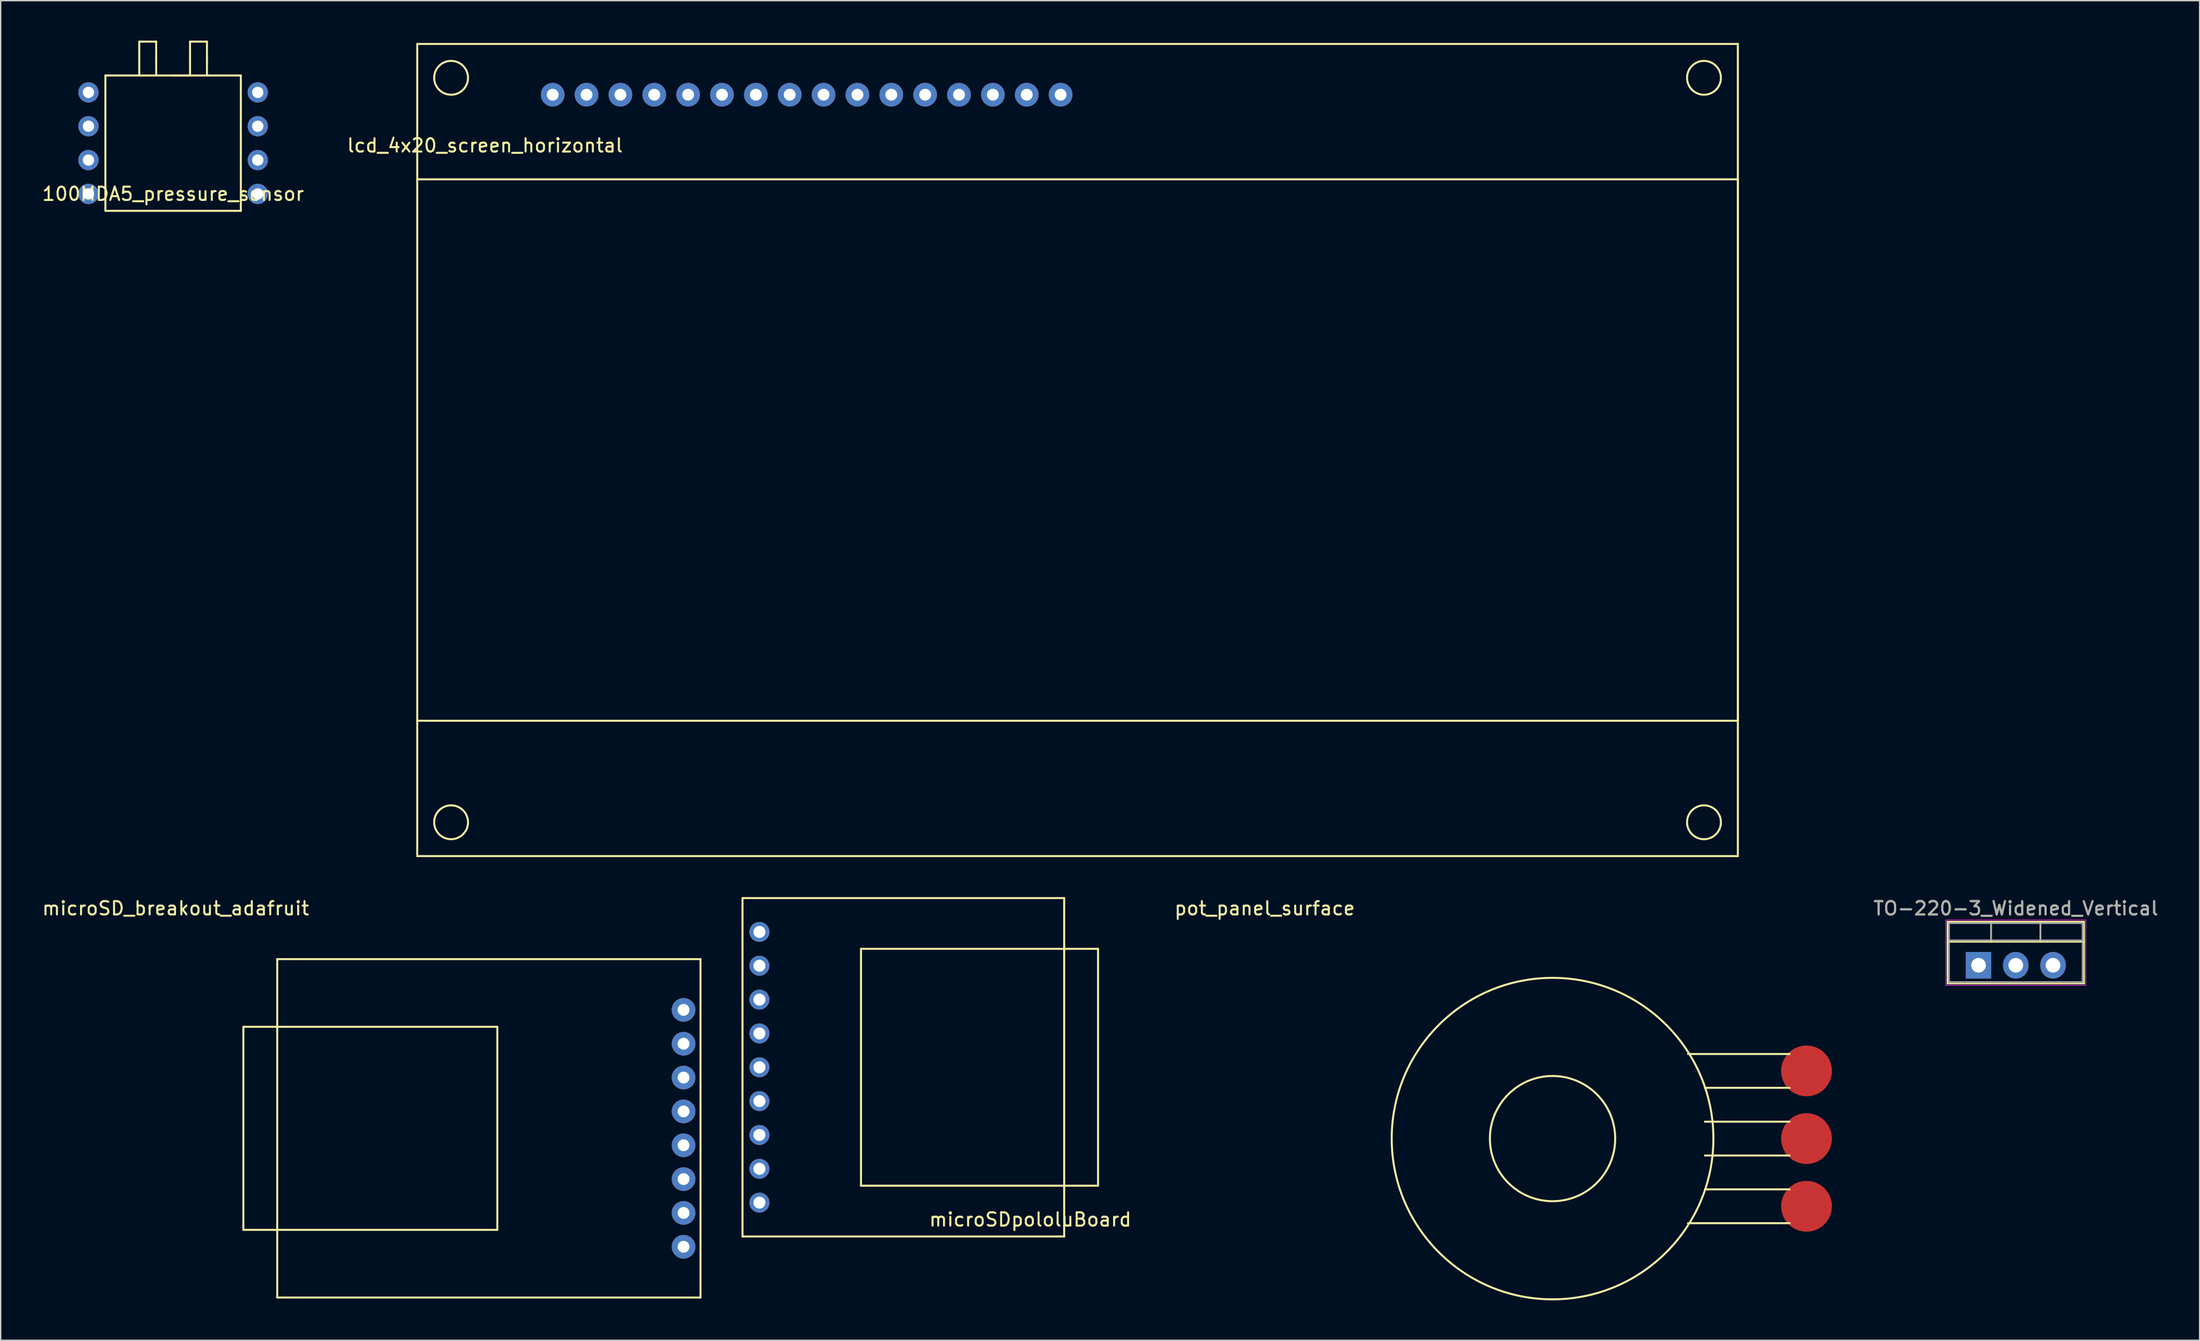
<source format=kicad_pcb>
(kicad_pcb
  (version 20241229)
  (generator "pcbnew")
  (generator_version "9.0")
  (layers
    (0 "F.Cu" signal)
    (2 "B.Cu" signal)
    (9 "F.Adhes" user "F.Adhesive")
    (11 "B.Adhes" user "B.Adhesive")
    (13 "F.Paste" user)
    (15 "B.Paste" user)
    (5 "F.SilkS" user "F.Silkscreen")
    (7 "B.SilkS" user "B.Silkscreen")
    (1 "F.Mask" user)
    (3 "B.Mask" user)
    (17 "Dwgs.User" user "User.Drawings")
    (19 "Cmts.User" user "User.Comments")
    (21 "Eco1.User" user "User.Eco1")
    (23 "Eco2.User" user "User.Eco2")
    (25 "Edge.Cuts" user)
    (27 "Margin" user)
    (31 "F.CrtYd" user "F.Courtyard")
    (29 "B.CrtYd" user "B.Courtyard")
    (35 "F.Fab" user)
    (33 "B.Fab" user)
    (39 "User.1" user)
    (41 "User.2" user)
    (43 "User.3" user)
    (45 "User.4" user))
  (footprint "microSD_breakout_adafruit"
    (layer "F.Cu")
    (at 17.745 68.943)
    (property "Reference" "microSD_breakout_adafruit" (at -7.62 -3.81 0) (layer "F.SilkS") (effects (font (size 1 1) (thickness 0.15))))
    (attr through_hole)
    (fp_line (start -2.54 5.08) (end 16.51 5.08) (stroke (width 0.15) (type solid)) (layer "F.SilkS"))
    (fp_line (start -2.54 20.32) (end -2.54 5.08) (stroke (width 0.15) (type solid)) (layer "F.SilkS"))
    (fp_line (start 0 0) (end 31.75 0) (stroke (width 0.15) (type solid)) (layer "F.SilkS"))
    (fp_line (start 0 25.4) (end 0 0) (stroke (width 0.15) (type solid)) (layer "F.SilkS"))
    (fp_line (start 16.51 5.08) (end 16.51 20.32) (stroke (width 0.15) (type solid)) (layer "F.SilkS"))
    (fp_line (start 16.51 20.32) (end -2.54 20.32) (stroke (width 0.15) (type solid)) (layer "F.SilkS"))
    (fp_line (start 31.75 0) (end 31.75 25.4) (stroke (width 0.15) (type solid)) (layer "F.SilkS"))
    (fp_line (start 31.75 25.4) (end 0 25.4) (stroke (width 0.15) (type solid)) (layer "F.SilkS"))
    (pad "1" thru_hole circle (at 30.48 3.81) (size 1.778 1.778) (drill 0.889) (layers "*.Cu" "*.Mask"))
    (pad "2" thru_hole circle (at 30.48 6.35) (size 1.778 1.778) (drill 0.889) (layers "*.Cu" "*.Mask"))
    (pad "3" thru_hole circle (at 30.48 8.89) (size 1.778 1.778) (drill 0.889) (layers "*.Cu" "*.Mask"))
    (pad "4" thru_hole circle (at 30.48 11.43) (size 1.778 1.778) (drill 0.889) (layers "*.Cu" "*.Mask"))
    (pad "5" thru_hole circle (at 30.48 13.97) (size 1.778 1.778) (drill 0.889) (layers "*.Cu" "*.Mask"))
    (pad "6" thru_hole circle (at 30.48 16.51) (size 1.778 1.778) (drill 0.889) (layers "*.Cu" "*.Mask"))
    (pad "7" thru_hole circle (at 30.48 19.05) (size 1.778 1.778) (drill 0.889) (layers "*.Cu" "*.Mask"))
    (pad "8" thru_hole circle (at 30.48 21.59) (size 1.778 1.778) (drill 0.889) (layers "*.Cu" "*.Mask")))
  (footprint "TO-220-3_Widened_Vertical"
    (layer "F.Cu")
    (at 145.615 69.403)
    (property "Reference" "TO-220-3_Widened_Vertical" (at 2.54 -4.27 0) (layer "F.SilkS") (effects (font (size 1 1) (thickness 0.15))))
    (attr through_hole)
    (fp_line (start -2.58 -3.27) (end -2.58 1.371) (stroke (width 0.12) (type solid)) (layer "F.SilkS"))
    (fp_line (start -2.58 -3.27) (end 7.66 -3.27) (stroke (width 0.12) (type solid)) (layer "F.SilkS"))
    (fp_line (start -2.58 -1.76) (end 7.66 -1.76) (stroke (width 0.12) (type solid)) (layer "F.SilkS"))
    (fp_line (start -2.58 1.371) (end 7.66 1.371) (stroke (width 0.12) (type solid)) (layer "F.SilkS"))
    (fp_line (start 0.69 -3.27) (end 0.69 -1.76) (stroke (width 0.12) (type solid)) (layer "F.SilkS"))
    (fp_line (start 4.391 -3.27) (end 4.391 -1.76) (stroke (width 0.12) (type solid)) (layer "F.SilkS"))
    (fp_line (start 7.66 -3.27) (end 7.66 1.371) (stroke (width 0.12) (type solid)) (layer "F.SilkS"))
    (fp_line (start -2.71 -3.4) (end -2.71 1.51) (stroke (width 0.05) (type solid)) (layer "F.CrtYd"))
    (fp_line (start -2.71 1.51) (end 7.79 1.51) (stroke (width 0.05) (type solid)) (layer "F.CrtYd"))
    (fp_line (start 7.79 -3.4) (end -2.71 -3.4) (stroke (width 0.05) (type solid)) (layer "F.CrtYd"))
    (fp_line (start 7.79 1.51) (end 7.79 -3.4) (stroke (width 0.05) (type solid)) (layer "F.CrtYd"))
    (fp_line (start -2.46 -3.15) (end -2.46 1.25) (stroke (width 0.1) (type solid)) (layer "F.Fab"))
    (fp_line (start -2.46 -1.88) (end 7.54 -1.88) (stroke (width 0.1) (type solid)) (layer "F.Fab"))
    (fp_line (start -2.46 1.25) (end 7.54 1.25) (stroke (width 0.1) (type solid)) (layer "F.Fab"))
    (fp_line (start 0.69 -3.15) (end 0.69 -1.88) (stroke (width 0.1) (type solid)) (layer "F.Fab"))
    (fp_line (start 4.39 -3.15) (end 4.39 -1.88) (stroke (width 0.1) (type solid)) (layer "F.Fab"))
    (fp_line (start 7.54 -3.15) (end -2.46 -3.15) (stroke (width 0.1) (type solid)) (layer "F.Fab"))
    (fp_line (start 7.54 1.25) (end 7.54 -3.15) (stroke (width 0.1) (type solid)) (layer "F.Fab"))
    (fp_text user "${REFERENCE}" (at 2.54 -4.27 0) (layer "F.Fab") (effects (font (size 1 1) (thickness 0.15))))
    (pad "1" thru_hole rect (at -0.254 0) (size 1.905 2) (drill 1.1) (layers "*.Cu" "*.Mask"))
    (pad "2" thru_hole oval (at 2.54 0) (size 1.905 2) (drill 1.1) (layers "*.Cu" "*.Mask"))
    (pad "3" thru_hole oval (at 5.334 0) (size 1.905 2) (drill 1.1) (layers "*.Cu" "*.Mask")))
  (footprint "lcd_4x20_screen_horizontal"
    (layer "F.Cu")
    (at 28.247 0.25)
    (property "Reference" "lcd_4x20_screen_horizontal" (at 5.08 7.62 0) (layer "F.SilkS") (effects (font (size 1 1) (thickness 0.15))))
    (attr through_hole)
    (fp_line (start 0 0) (end 99.06 0) (stroke (width 0.15) (type solid)) (layer "F.SilkS"))
    (fp_line (start 0 10.16) (end 99.06 10.16) (stroke (width 0.15) (type solid)) (layer "F.SilkS"))
    (fp_line (start 0 60.96) (end 0 0) (stroke (width 0.15) (type solid)) (layer "F.SilkS"))
    (fp_line (start 99.06 0) (end 99.06 60.96) (stroke (width 0.15) (type solid)) (layer "F.SilkS"))
    (fp_line (start 99.06 10.16) (end 99.06 50.8) (stroke (width 0.15) (type solid)) (layer "F.SilkS"))
    (fp_line (start 99.06 50.8) (end 0 50.8) (stroke (width 0.15) (type solid)) (layer "F.SilkS"))
    (fp_line (start 99.06 60.96) (end 0 60.96) (stroke (width 0.15) (type solid)) (layer "F.SilkS"))
    (fp_circle (center 2.54 2.54) (end 3.81 2.54) (stroke (width 0.15) (type solid)) (fill no) (layer "F.SilkS"))
    (fp_circle (center 2.54 58.42) (end 3.81 58.42) (stroke (width 0.15) (type solid)) (fill no) (layer "F.SilkS"))
    (fp_circle (center 96.52 2.54) (end 95.25 2.54) (stroke (width 0.15) (type solid)) (fill no) (layer "F.SilkS"))
    (fp_circle (center 96.52 58.42) (end 97.79 58.42) (stroke (width 0.15) (type solid)) (fill no) (layer "F.SilkS"))
    (pad "1" thru_hole circle (at 10.16 3.81) (size 1.778 1.778) (drill 0.889) (layers "*.Cu" "*.Mask"))
    (pad "2" thru_hole circle (at 12.7 3.81) (size 1.778 1.778) (drill 0.889) (layers "*.Cu" "*.Mask"))
    (pad "3" thru_hole circle (at 15.24 3.81) (size 1.778 1.778) (drill 0.889) (layers "*.Cu" "*.Mask"))
    (pad "4" thru_hole circle (at 17.78 3.81) (size 1.778 1.778) (drill 0.889) (layers "*.Cu" "*.Mask"))
    (pad "5" thru_hole circle (at 20.32 3.81) (size 1.778 1.778) (drill 0.889) (layers "*.Cu" "*.Mask"))
    (pad "6" thru_hole circle (at 22.86 3.81) (size 1.778 1.778) (drill 0.889) (layers "*.Cu" "*.Mask"))
    (pad "7" thru_hole circle (at 25.4 3.81) (size 1.778 1.778) (drill 0.889) (layers "*.Cu" "*.Mask"))
    (pad "8" thru_hole circle (at 27.94 3.81) (size 1.778 1.778) (drill 0.889) (layers "*.Cu" "*.Mask"))
    (pad "9" thru_hole circle (at 30.48 3.81) (size 1.778 1.778) (drill 0.889) (layers "*.Cu" "*.Mask"))
    (pad "10" thru_hole circle (at 33.02 3.81) (size 1.778 1.778) (drill 0.889) (layers "*.Cu" "*.Mask"))
    (pad "11" thru_hole circle (at 35.56 3.81) (size 1.778 1.778) (drill 0.889) (layers "*.Cu" "*.Mask"))
    (pad "12" thru_hole circle (at 38.1 3.81) (size 1.778 1.778) (drill 0.889) (layers "*.Cu" "*.Mask"))
    (pad "13" thru_hole circle (at 40.64 3.81) (size 1.778 1.778) (drill 0.889) (layers "*.Cu" "*.Mask"))
    (pad "14" thru_hole circle (at 43.18 3.81) (size 1.778 1.778) (drill 0.889) (layers "*.Cu" "*.Mask"))
    (pad "15" thru_hole circle (at 45.72 3.81) (size 1.778 1.778) (drill 0.889) (layers "*.Cu" "*.Mask"))
    (pad "16" thru_hole circle (at 48.26 3.81) (size 1.778 1.778) (drill 0.889) (layers "*.Cu" "*.Mask")))
  (footprint "microSDpololuBoard"
    (layer "F.Cu")
    (at 53.915 77.06)
    (property "Reference" "microSDpololuBoard" (at 20.32 11.43 0) (layer "F.SilkS") (effects (font (size 1 1) (thickness 0.15))))
    (attr through_hole)
    (fp_line (start -1.27 -12.7) (end -1.27 12.7) (stroke (width 0.15) (type solid)) (layer "F.SilkS"))
    (fp_line (start -1.27 12.7) (end 22.86 12.7) (stroke (width 0.15) (type solid)) (layer "F.SilkS"))
    (fp_line (start 7.62 -8.89) (end 25.4 -8.89) (stroke (width 0.15) (type solid)) (layer "F.SilkS"))
    (fp_line (start 7.62 8.89) (end 7.62 -8.89) (stroke (width 0.15) (type solid)) (layer "F.SilkS"))
    (fp_line (start 22.86 -12.7) (end -1.27 -12.7) (stroke (width 0.15) (type solid)) (layer "F.SilkS"))
    (fp_line (start 22.86 12.7) (end 22.86 -12.7) (stroke (width 0.15) (type solid)) (layer "F.SilkS"))
    (fp_line (start 25.4 -8.89) (end 25.4 8.89) (stroke (width 0.15) (type solid)) (layer "F.SilkS"))
    (fp_line (start 25.4 8.89) (end 7.62 8.89) (stroke (width 0.15) (type solid)) (layer "F.SilkS"))
    (pad "1" thru_hole circle (at 0 -10.16) (size 1.5 1.5) (drill 0.9) (layers "*.Cu" "*.Mask"))
    (pad "2" thru_hole circle (at 0 -7.62) (size 1.5 1.5) (drill 0.9) (layers "*.Cu" "*.Mask"))
    (pad "3" thru_hole circle (at 0 -5.08) (size 1.5 1.5) (drill 0.9) (layers "*.Cu" "*.Mask"))
    (pad "4" thru_hole circle (at 0 -2.54) (size 1.5 1.5) (drill 0.9) (layers "*.Cu" "*.Mask"))
    (pad "5" thru_hole circle (at 0 0) (size 1.5 1.5) (drill 0.9) (layers "*.Cu" "*.Mask"))
    (pad "6" thru_hole circle (at 0 2.54) (size 1.5 1.5) (drill 0.9) (layers "*.Cu" "*.Mask"))
    (pad "7" thru_hole circle (at 0 5.08) (size 1.5 1.5) (drill 0.9) (layers "*.Cu" "*.Mask"))
    (pad "8" thru_hole circle (at 0 7.62) (size 1.5 1.5) (drill 0.9) (layers "*.Cu" "*.Mask"))
    (pad "9" thru_hole circle (at 0 10.16) (size 1.5 1.5) (drill 0.9) (layers "*.Cu" "*.Mask")))
  (footprint "100MDA5_pressure_sensor"
    (layer "F.Cu")
    (at 3.585 3.885)
    (property "Reference" "100MDA5_pressure_sensor" (at 6.35 7.62 0) (layer "F.SilkS") (effects (font (size 1 1) (thickness 0.15))))
    (attr through_hole)
    (fp_line (start 1.27 -1.27) (end 11.43 -1.27) (stroke (width 0.15) (type solid)) (layer "F.SilkS"))
    (fp_line (start 1.27 8.89) (end 1.27 -1.27) (stroke (width 0.15) (type solid)) (layer "F.SilkS"))
    (fp_line (start 3.81 -3.81) (end 5.08 -3.81) (stroke (width 0.15) (type solid)) (layer "F.SilkS"))
    (fp_line (start 3.81 -2.54) (end 3.81 -3.81) (stroke (width 0.15) (type solid)) (layer "F.SilkS"))
    (fp_line (start 3.81 -2.54) (end 3.81 -1.27) (stroke (width 0.15) (type solid)) (layer "F.SilkS"))
    (fp_line (start 5.08 -3.81) (end 5.08 -2.54) (stroke (width 0.15) (type solid)) (layer "F.SilkS"))
    (fp_line (start 5.08 -1.27) (end 5.08 -2.54) (stroke (width 0.15) (type solid)) (layer "F.SilkS"))
    (fp_line (start 6.35 -1.27) (end 7.62 -1.27) (stroke (width 0.15) (type solid)) (layer "F.SilkS"))
    (fp_line (start 7.62 -3.81) (end 8.89 -3.81) (stroke (width 0.15) (type solid)) (layer "F.SilkS"))
    (fp_line (start 7.62 -2.54) (end 7.62 -3.81) (stroke (width 0.15) (type solid)) (layer "F.SilkS"))
    (fp_line (start 7.62 -1.27) (end 7.62 -2.54) (stroke (width 0.15) (type solid)) (layer "F.SilkS"))
    (fp_line (start 8.89 -3.81) (end 8.89 -2.54) (stroke (width 0.15) (type solid)) (layer "F.SilkS"))
    (fp_line (start 8.89 -2.54) (end 8.89 -1.27) (stroke (width 0.15) (type solid)) (layer "F.SilkS"))
    (fp_line (start 11.43 -1.27) (end 11.43 8.89) (stroke (width 0.15) (type solid)) (layer "F.SilkS"))
    (fp_line (start 11.43 8.89) (end 1.27 8.89) (stroke (width 0.15) (type solid)) (layer "F.SilkS"))
    (pad "1" thru_hole circle (at 0 0) (size 1.524 1.524) (drill 0.85) (layers "*.Cu" "*.Mask"))
    (pad "2" thru_hole circle (at 0 2.54) (size 1.524 1.524) (drill 0.85) (layers "*.Cu" "*.Mask"))
    (pad "3" thru_hole circle (at 0 5.08) (size 1.524 1.524) (drill 0.85) (layers "*.Cu" "*.Mask"))
    (pad "4" thru_hole circle (at 0 7.62) (size 1.524 1.524) (drill 0.85) (layers "*.Cu" "*.Mask"))
    (pad "5" thru_hole circle (at 12.7 7.62) (size 1.524 1.524) (drill 0.85) (layers "*.Cu" "*.Mask"))
    (pad "6" thru_hole circle (at 12.7 5.08) (size 1.524 1.524) (drill 0.85) (layers "*.Cu" "*.Mask"))
    (pad "7" thru_hole circle (at 12.7 2.54) (size 1.524 1.524) (drill 0.85) (layers "*.Cu" "*.Mask"))
    (pad "8" thru_hole circle (at 12.7 0) (size 1.524 1.524) (drill 0.85) (layers "*.Cu" "*.Mask")))
  (footprint "pot_panel_surface"
    (layer "F.Cu")
    (at 113.408 82.413)
    (property "Reference" "pot_panel_surface" (at -21.59 -17.28 0) (layer "F.SilkS") (effects (font (size 1 1) (thickness 0.15))))
    (attr through_hole)
    (fp_line (start 10.16 -6.35) (end 17.78 -6.35) (stroke (width 0.15) (type solid)) (layer "F.SilkS"))
    (fp_line (start 11.43 -3.81) (end 17.78 -3.81) (stroke (width 0.15) (type solid)) (layer "F.SilkS"))
    (fp_line (start 11.43 -1.27) (end 17.78 -1.27) (stroke (width 0.15) (type solid)) (layer "F.SilkS"))
    (fp_line (start 11.43 1.27) (end 17.78 1.27) (stroke (width 0.15) (type solid)) (layer "F.SilkS"))
    (fp_line (start 17.78 3.81) (end 11.43 3.81) (stroke (width 0.15) (type solid)) (layer "F.SilkS"))
    (fp_line (start 17.78 6.35) (end 10.16 6.35) (stroke (width 0.15) (type solid)) (layer "F.SilkS"))
    (fp_circle (center 0 0) (end 4.699 0) (stroke (width 0.15) (type solid)) (fill no) (layer "F.SilkS"))
    (fp_circle (center 0 0) (end 12.065 0) (stroke (width 0.15) (type solid)) (fill no) (layer "F.SilkS"))
    (pad "1" smd circle (at 19.05 -5.08) (size 3.81 3.81) (layers "F.Cu" "F.Mask" "F.Paste"))
    (pad "2" smd circle (at 19.05 0) (size 3.81 3.81) (layers "F.Cu" "F.Mask" "F.Paste"))
    (pad "3" smd circle (at 19.05 5.08) (size 3.81 3.81) (layers "F.Cu" "F.Mask" "F.Paste")))
  (gr_rect
    (start -3 -3)
    (end 161.947 97.553)
    (stroke (width 0.1) (type default))
    (fill no)
    (layer "Edge.Cuts")))
</source>
